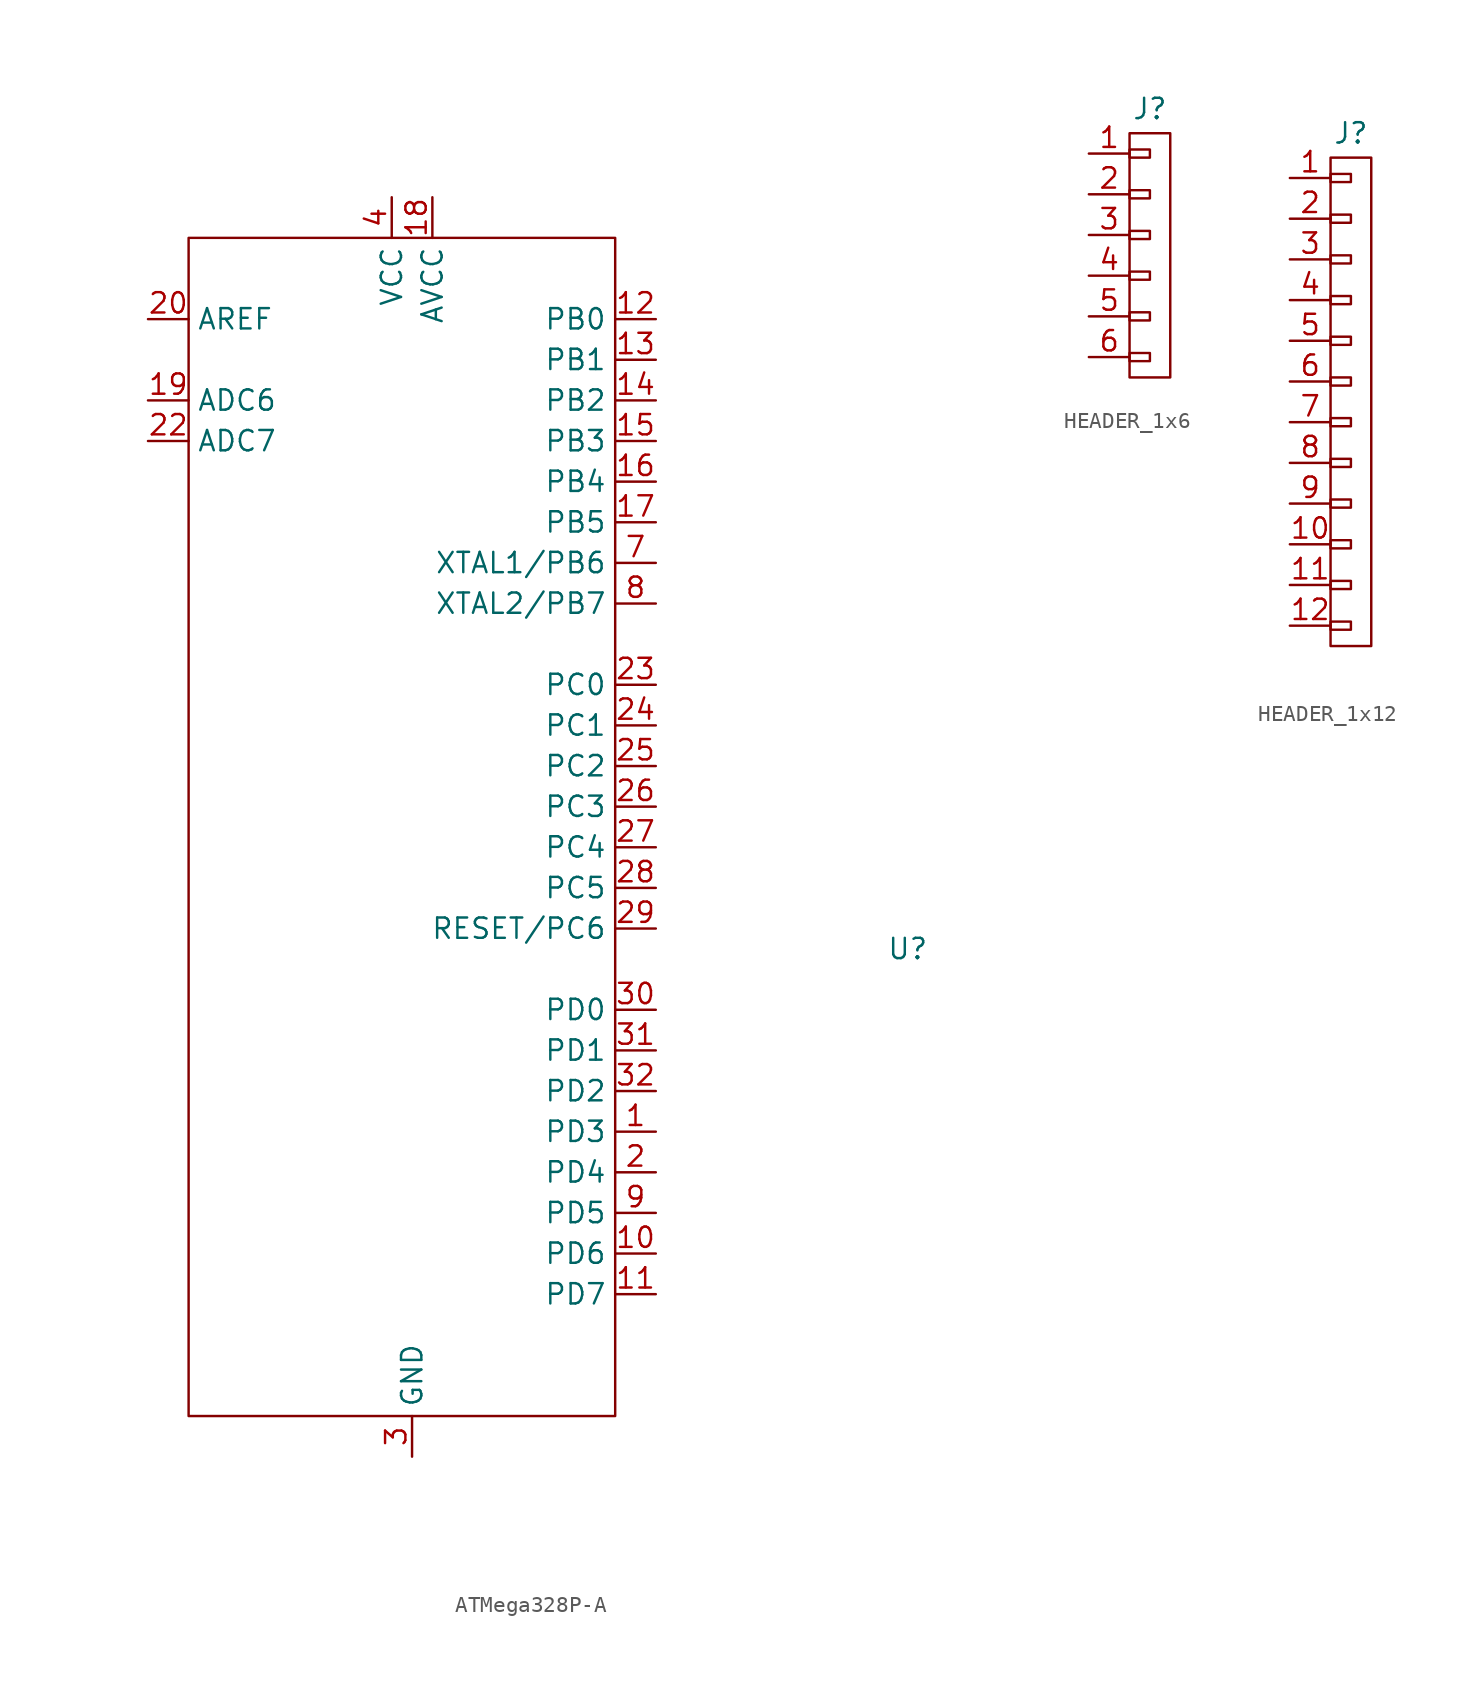
<source format=kicad_sym>
(kicad_symbol_lib
  (version 20241209)
  (generator "kicad_symbol_editor")
  (generator_version "9.0")
  (symbol "ATMega328P-A"
    (property "Reference" "U"
      (at 30.988 -24.13 0)
      (effects (font (size 1.27 1.27))))
    (property "Value" ""
      (at 1.27 0 0)
      (effects (font (size 1.27 1.27))))
    (symbol "ATMega328P-A_0_1"
      (rectangle (start -13.97 20.32) (end 12.7 -53.34) (stroke (width 0) (type default)) (fill (type none))))
    (symbol "ATMega328P-A_1_1"
      (pin passive line (at -16.51 15.24 0) (length 2.54) (name "AREF" (effects (font (size 1.27 1.27)))) (number "20" (effects (font (size 1.27 1.27)))))
      (pin passive line (at -16.51 10.16 0) (length 2.54) (name "ADC6" (effects (font (size 1.27 1.27)))) (number "19" (effects (font (size 1.27 1.27)))))
      (pin passive line (at -16.51 7.62 0) (length 2.54) (name "ADC7" (effects (font (size 1.27 1.27)))) (number "22" (effects (font (size 1.27 1.27)))))
      (pin power_in line (at -1.27 22.86 270) (length 2.54) (name "VCC" (effects (font (size 1.27 1.27)))) (number "4" (effects (font (size 1.27 1.27)))))
      (pin power_in line (at 0 -55.88 90) (length 2.54) (name "GND" (effects (font (size 1.27 1.27)))) (number "3" (effects (font (size 1.27 1.27)))))
      (pin power_in line (at 1.27 22.86 270) (length 2.54) (name "AVCC" (effects (font (size 1.27 1.27)))) (number "18" (effects (font (size 1.27 1.27)))))
      (pin bidirectional line (at 15.24 15.24 180) (length 2.54) (name "PB0" (effects (font (size 1.27 1.27)))) (number "12" (effects (font (size 1.27 1.27)))))
      (pin bidirectional line (at 15.24 12.7 180) (length 2.54) (name "PB1" (effects (font (size 1.27 1.27)))) (number "13" (effects (font (size 1.27 1.27)))))
      (pin bidirectional line (at 15.24 10.16 180) (length 2.54) (name "PB2" (effects (font (size 1.27 1.27)))) (number "14" (effects (font (size 1.27 1.27)))))
      (pin bidirectional line (at 15.24 7.62 180) (length 2.54) (name "PB3" (effects (font (size 1.27 1.27)))) (number "15" (effects (font (size 1.27 1.27)))))
      (pin bidirectional line (at 15.24 5.08 180) (length 2.54) (name "PB4" (effects (font (size 1.27 1.27)))) (number "16" (effects (font (size 1.27 1.27)))))
      (pin bidirectional line (at 15.24 2.54 180) (length 2.54) (name "PB5" (effects (font (size 1.27 1.27)))) (number "17" (effects (font (size 1.27 1.27)))))
      (pin input line (at 15.24 0 180) (length 2.54) (name "XTAL1/PB6" (effects (font (size 1.27 1.27)))) (number "7" (effects (font (size 1.27 1.27)))))
      (pin output line (at 15.24 -2.54 180) (length 2.54) (name "XTAL2/PB7" (effects (font (size 1.27 1.27)))) (number "8" (effects (font (size 1.27 1.27)))))
      (pin bidirectional line (at 15.24 -7.62 180) (length 2.54) (name "PC0" (effects (font (size 1.27 1.27)))) (number "23" (effects (font (size 1.27 1.27)))))
      (pin bidirectional line (at 15.24 -10.16 180) (length 2.54) (name "PC1" (effects (font (size 1.27 1.27)))) (number "24" (effects (font (size 1.27 1.27)))))
      (pin bidirectional line (at 15.24 -12.7 180) (length 2.54) (name "PC2" (effects (font (size 1.27 1.27)))) (number "25" (effects (font (size 1.27 1.27)))))
      (pin bidirectional line (at 15.24 -15.24 180) (length 2.54) (name "PC3" (effects (font (size 1.27 1.27)))) (number "26" (effects (font (size 1.27 1.27)))))
      (pin bidirectional line (at 15.24 -17.78 180) (length 2.54) (name "PC4" (effects (font (size 1.27 1.27)))) (number "27" (effects (font (size 1.27 1.27)))))
      (pin bidirectional line (at 15.24 -20.32 180) (length 2.54) (name "PC5" (effects (font (size 1.27 1.27)))) (number "28" (effects (font (size 1.27 1.27)))))
      (pin input line (at 15.24 -22.86 180) (length 2.54) (name "RESET/PC6" (effects (font (size 1.27 1.27)))) (number "29" (effects (font (size 1.27 1.27)))))
      (pin bidirectional line (at 15.24 -27.94 180) (length 2.54) (name "PD0" (effects (font (size 1.27 1.27)))) (number "30" (effects (font (size 1.27 1.27)))))
      (pin bidirectional line (at 15.24 -30.48 180) (length 2.54) (name "PD1" (effects (font (size 1.27 1.27)))) (number "31" (effects (font (size 1.27 1.27)))))
      (pin bidirectional line (at 15.24 -33.02 180) (length 2.54) (name "PD2" (effects (font (size 1.27 1.27)))) (number "32" (effects (font (size 1.27 1.27)))))
      (pin bidirectional line (at 15.24 -35.56 180) (length 2.54) (name "PD3" (effects (font (size 1.27 1.27)))) (number "1" (effects (font (size 1.27 1.27)))))
      (pin bidirectional line (at 15.24 -38.1 180) (length 2.54) (name "PD4" (effects (font (size 1.27 1.27)))) (number "2" (effects (font (size 1.27 1.27)))))
      (pin bidirectional line (at 15.24 -40.64 180) (length 2.54) (name "PD5" (effects (font (size 1.27 1.27)))) (number "9" (effects (font (size 1.27 1.27)))))
      (pin bidirectional line (at 15.24 -43.18 180) (length 2.54) (name "PD6" (effects (font (size 1.27 1.27)))) (number "10" (effects (font (size 1.27 1.27)))))
      (pin bidirectional line (at 15.24 -45.72 180) (length 2.54) (name "PD7" (effects (font (size 1.27 1.27)))) (number "11" (effects (font (size 1.27 1.27)))))))
  (symbol "HEADER_1x6"
    (property "Reference" "J"
      (at 0 9.144 0)
      (effects (font (size 1.27 1.27))))
    (property "Value" ""
      (at 0 0 0)
      (effects (font (size 1.27 1.27))))
    (symbol "HEADER_1x6_0_1"
      (rectangle (start -1.27 7.62) (end 1.27 -7.62) (stroke (width 0) (type default)) (fill (type none)))
      (rectangle (start -1.27 6.604) (end 0 6.096) (stroke (width 0) (type default)) (fill (type none)))
      (rectangle (start -1.27 4.064) (end 0 3.556) (stroke (width 0) (type default)) (fill (type none)))
      (rectangle (start -1.27 1.524) (end 0 1.016) (stroke (width 0) (type default)) (fill (type none)))
      (rectangle (start -1.27 -1.016) (end 0 -1.524) (stroke (width 0) (type default)) (fill (type none)))
      (rectangle (start -1.27 -3.556) (end 0 -4.064) (stroke (width 0) (type default)) (fill (type none)))
      (rectangle (start -1.27 -6.096) (end 0 -6.604) (stroke (width 0) (type default)) (fill (type none))))
    (symbol "HEADER_1x6_1_1"
      (pin passive line (at -3.81 6.35 0) (length 2.54) (name "" (effects (font (size 1.27 1.27)))) (number "1" (effects (font (size 1.27 1.27)))))
      (pin passive line (at -3.81 3.81 0) (length 2.54) (name "" (effects (font (size 1.27 1.27)))) (number "2" (effects (font (size 1.27 1.27)))))
      (pin passive line (at -3.81 1.27 0) (length 2.54) (name "" (effects (font (size 1.27 1.27)))) (number "3" (effects (font (size 1.27 1.27)))))
      (pin passive line (at -3.81 -1.27 0) (length 2.54) (name "" (effects (font (size 1.27 1.27)))) (number "4" (effects (font (size 1.27 1.27)))))
      (pin passive line (at -3.81 -3.81 0) (length 2.54) (name "" (effects (font (size 1.27 1.27)))) (number "5" (effects (font (size 1.27 1.27)))))
      (pin passive line (at -3.81 -6.35 0) (length 2.54) (name "" (effects (font (size 1.27 1.27)))) (number "6" (effects (font (size 1.27 1.27)))))))
  (symbol "HEADER_1x12"
    (property "Reference" "J"
      (at 0 19.304 0)
      (effects (font (size 1.27 1.27))))
    (property "Value" ""
      (at 0 0 0)
      (effects (font (size 1.27 1.27))))
    (symbol "HEADER_1x12_0_1"
      (rectangle (start -1.27 17.78) (end 1.27 -12.7) (stroke (width 0) (type default)) (fill (type none)))
      (rectangle (start -1.27 16.764) (end 0 16.256) (stroke (width 0) (type default)) (fill (type none)))
      (rectangle (start -1.27 14.224) (end 0 13.716) (stroke (width 0) (type default)) (fill (type none)))
      (rectangle (start -1.27 11.684) (end 0 11.176) (stroke (width 0) (type default)) (fill (type none)))
      (rectangle (start -1.27 9.144) (end 0 8.636) (stroke (width 0) (type default)) (fill (type none)))
      (rectangle (start -1.27 6.604) (end 0 6.096) (stroke (width 0) (type default)) (fill (type none)))
      (rectangle (start -1.27 4.064) (end 0 3.556) (stroke (width 0) (type default)) (fill (type none)))
      (rectangle (start -1.27 1.524) (end 0 1.016) (stroke (width 0) (type default)) (fill (type none)))
      (rectangle (start -1.27 -1.016) (end 0 -1.524) (stroke (width 0) (type default)) (fill (type none)))
      (rectangle (start -1.27 -3.556) (end 0 -4.064) (stroke (width 0) (type default)) (fill (type none)))
      (rectangle (start -1.27 -6.096) (end 0 -6.604) (stroke (width 0) (type default)) (fill (type none)))
      (rectangle (start -1.27 -8.636) (end 0 -9.144) (stroke (width 0) (type default)) (fill (type none)))
      (rectangle (start -1.27 -11.176) (end 0 -11.684) (stroke (width 0) (type default)) (fill (type none))))
    (symbol "HEADER_1x12_1_1"
      (pin passive line (at -3.81 16.51 0) (length 2.54) (name "" (effects (font (size 1.27 1.27)))) (number "1" (effects (font (size 1.27 1.27)))))
      (pin passive line (at -3.81 13.97 0) (length 2.54) (name "" (effects (font (size 1.27 1.27)))) (number "2" (effects (font (size 1.27 1.27)))))
      (pin passive line (at -3.81 11.43 0) (length 2.54) (name "" (effects (font (size 1.27 1.27)))) (number "3" (effects (font (size 1.27 1.27)))))
      (pin passive line (at -3.81 8.89 0) (length 2.54) (name "" (effects (font (size 1.27 1.27)))) (number "4" (effects (font (size 1.27 1.27)))))
      (pin passive line (at -3.81 6.35 0) (length 2.54) (name "" (effects (font (size 1.27 1.27)))) (number "5" (effects (font (size 1.27 1.27)))))
      (pin passive line (at -3.81 3.81 0) (length 2.54) (name "" (effects (font (size 1.27 1.27)))) (number "6" (effects (font (size 1.27 1.27)))))
      (pin passive line (at -3.81 1.27 0) (length 2.54) (name "" (effects (font (size 1.27 1.27)))) (number "7" (effects (font (size 1.27 1.27)))))
      (pin passive line (at -3.81 -1.27 0) (length 2.54) (name "" (effects (font (size 1.27 1.27)))) (number "8" (effects (font (size 1.27 1.27)))))
      (pin passive line (at -3.81 -3.81 0) (length 2.54) (name "" (effects (font (size 1.27 1.27)))) (number "9" (effects (font (size 1.27 1.27)))))
      (pin passive line (at -3.81 -6.35 0) (length 2.54) (name "" (effects (font (size 1.27 1.27)))) (number "10" (effects (font (size 1.27 1.27)))))
      (pin passive line (at -3.81 -8.89 0) (length 2.54) (name "" (effects (font (size 1.27 1.27)))) (number "11" (effects (font (size 1.27 1.27)))))
      (pin passive line (at -3.81 -11.43 0) (length 2.54) (name "" (effects (font (size 1.27 1.27)))) (number "12" (effects (font (size 1.27 1.27))))))))
</source>
